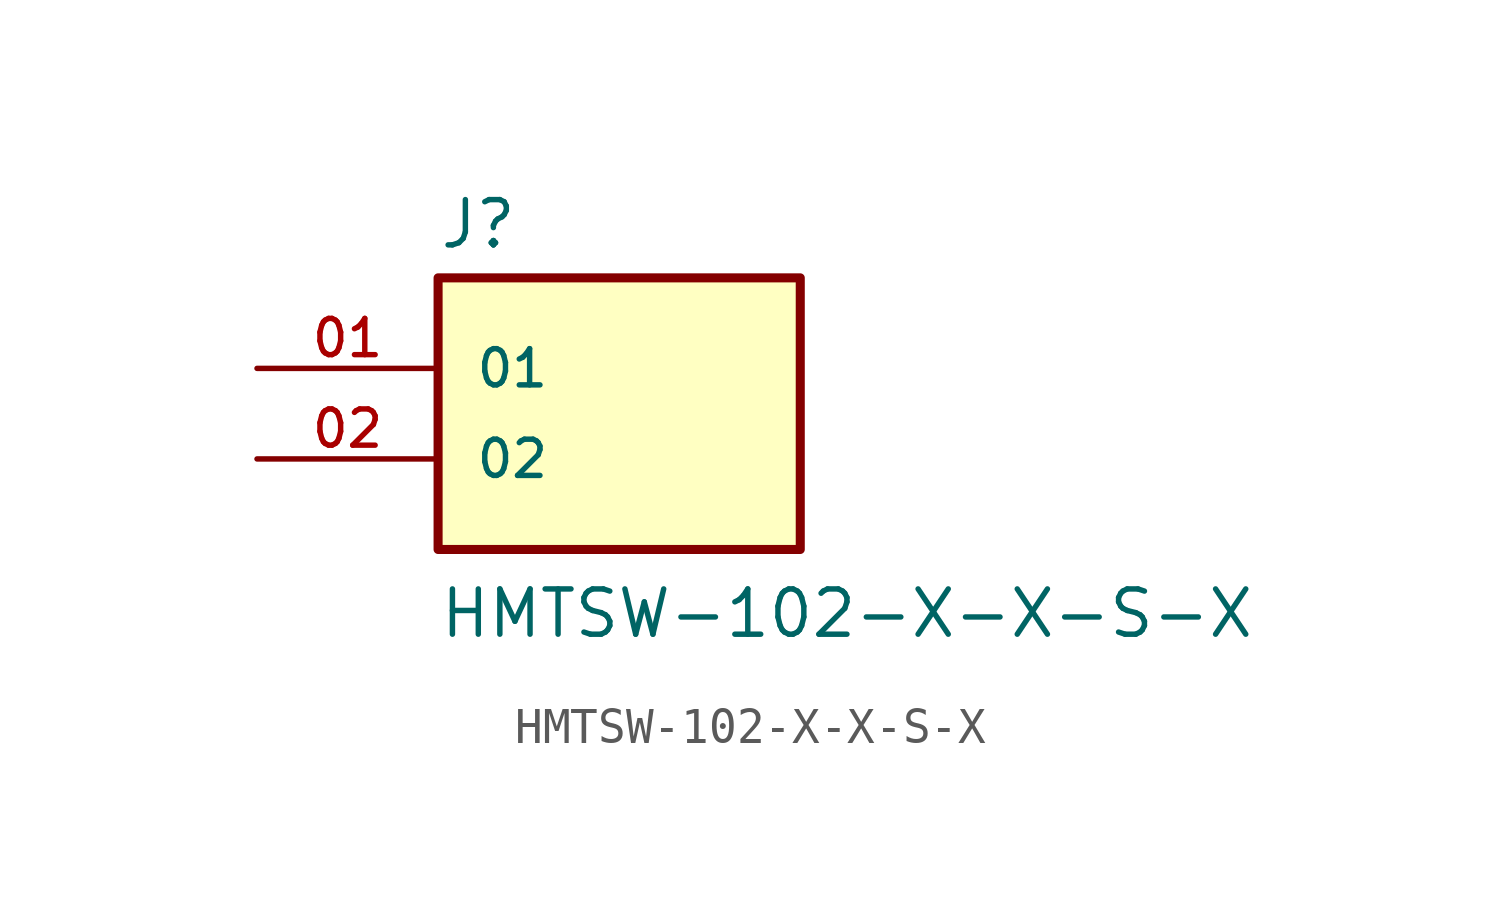
<source format=kicad_sym>
(kicad_symbol_lib
  (version 20211014)
  (generator kicad_symbol_editor)
  (symbol "HMTSW-102-X-X-S-X"
    (pin_names
      (offset 1.016))
    (property "Reference" "J"
      (at -5.08 3.302 0)
      (effects (font (size 1.27 1.27)) (justify bottom left)))
    (property "Value" "HMTSW-102-X-X-S-X"
      (at -5.08 -7.62 0)
      (effects (font (size 1.27 1.27)) (justify bottom left)))
    (symbol "HMTSW-102-X-X-S-X_0_0"
      (rectangle (start -5.08 -5.08) (end 5.08 2.54) (stroke (width 0.254)) (fill (type background)))
      (pin passive line (at -10.16 0.0 0) (length 5.08) (name "01" (effects (font (size 1.016 1.016)))) (number "01" (effects (font (size 1.016 1.016)))))
      (pin passive line (at -10.16 -2.54 0) (length 5.08) (name "02" (effects (font (size 1.016 1.016)))) (number "02" (effects (font (size 1.016 1.016))))))))
</source>
